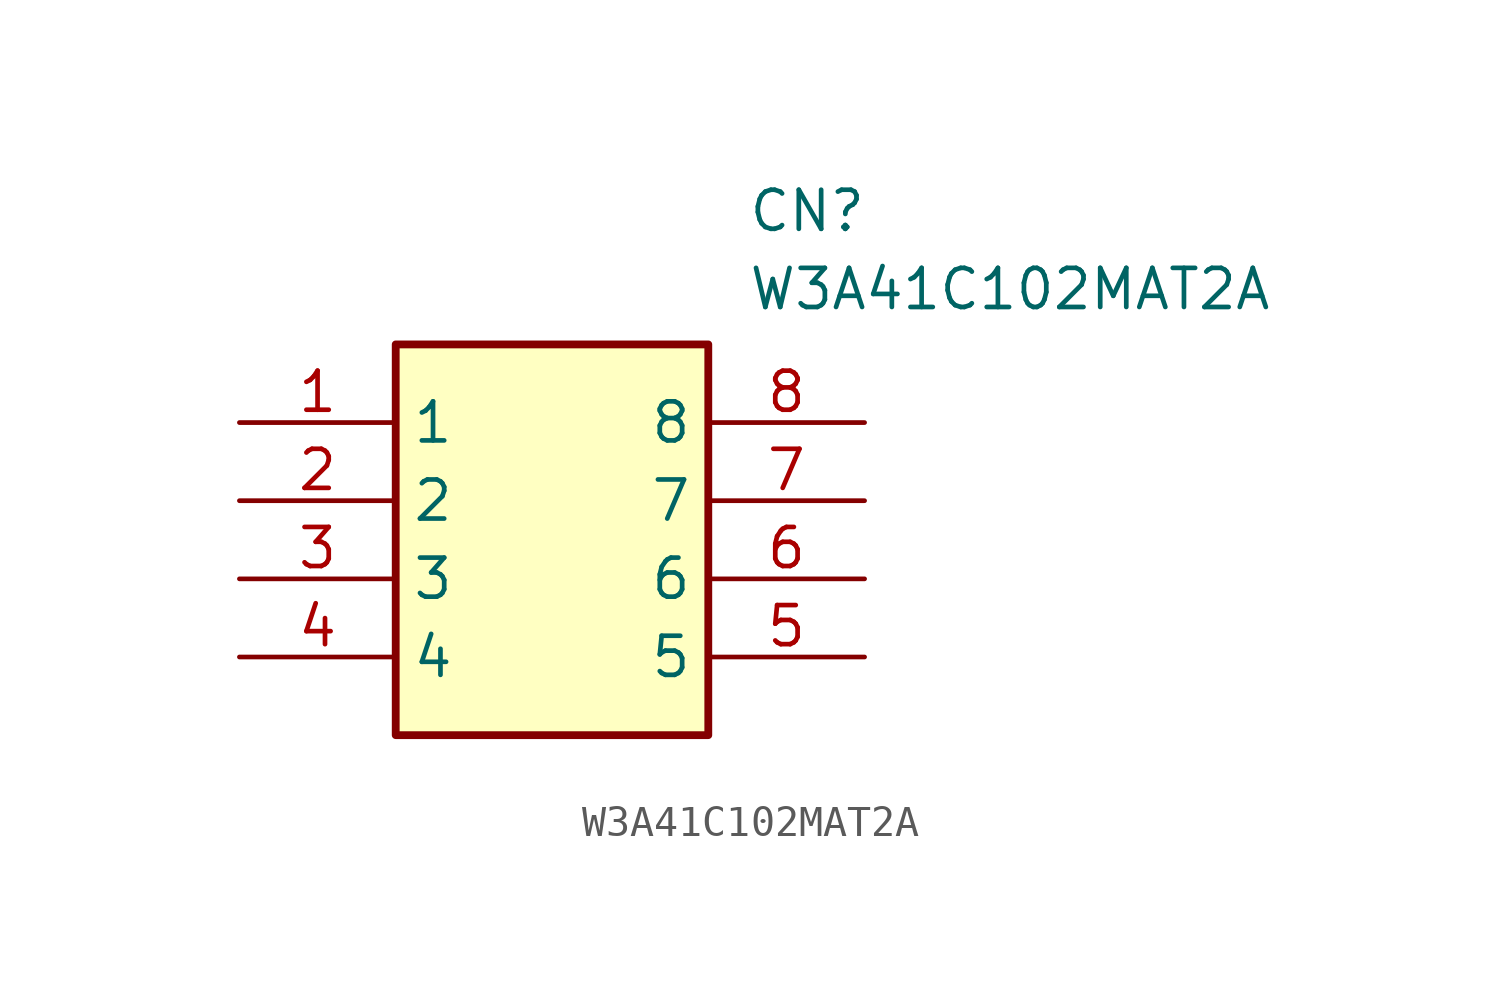
<source format=kicad_sym>
(kicad_symbol_lib
  (version 20211014)
  (generator SamacSys_ECAD_Model)
  (symbol "W3A41C102MAT2A"
    (property "Reference" "CN"
      (at 16.51 7.62 0)
      (effects (font (size 1.27 1.27)) (justify left top)))
    (property "Value" "W3A41C102MAT2A"
      (at 16.51 5.08 0)
      (effects (font (size 1.27 1.27)) (justify left top)))
    (rectangle
      (start 5.08 2.54)
      (end 15.24 -10.16)
      (stroke (width 0.254) (type default))
      (fill (type background)))
    (pin passive line
      (at 0 0 0)
      (length 5.08)
      (name "1" (effects (font (size 1.27 1.27))))
      (number "1" (effects (font (size 1.27 1.27)))))
    (pin passive line
      (at 0 -2.54 0)
      (length 5.08)
      (name "2" (effects (font (size 1.27 1.27))))
      (number "2" (effects (font (size 1.27 1.27)))))
    (pin passive line
      (at 0 -5.08 0)
      (length 5.08)
      (name "3" (effects (font (size 1.27 1.27))))
      (number "3" (effects (font (size 1.27 1.27)))))
    (pin passive line
      (at 0 -7.62 0)
      (length 5.08)
      (name "4" (effects (font (size 1.27 1.27))))
      (number "4" (effects (font (size 1.27 1.27)))))
    (pin passive line
      (at 20.32 -7.62 180)
      (length 5.08)
      (name "5" (effects (font (size 1.27 1.27))))
      (number "5" (effects (font (size 1.27 1.27)))))
    (pin passive line
      (at 20.32 -5.08 180)
      (length 5.08)
      (name "6" (effects (font (size 1.27 1.27))))
      (number "6" (effects (font (size 1.27 1.27)))))
    (pin passive line
      (at 20.32 -2.54 180)
      (length 5.08)
      (name "7" (effects (font (size 1.27 1.27))))
      (number "7" (effects (font (size 1.27 1.27)))))
    (pin passive line
      (at 20.32 0 180)
      (length 5.08)
      (name "8" (effects (font (size 1.27 1.27))))
      (number "8" (effects (font (size 1.27 1.27)))))))
</source>
